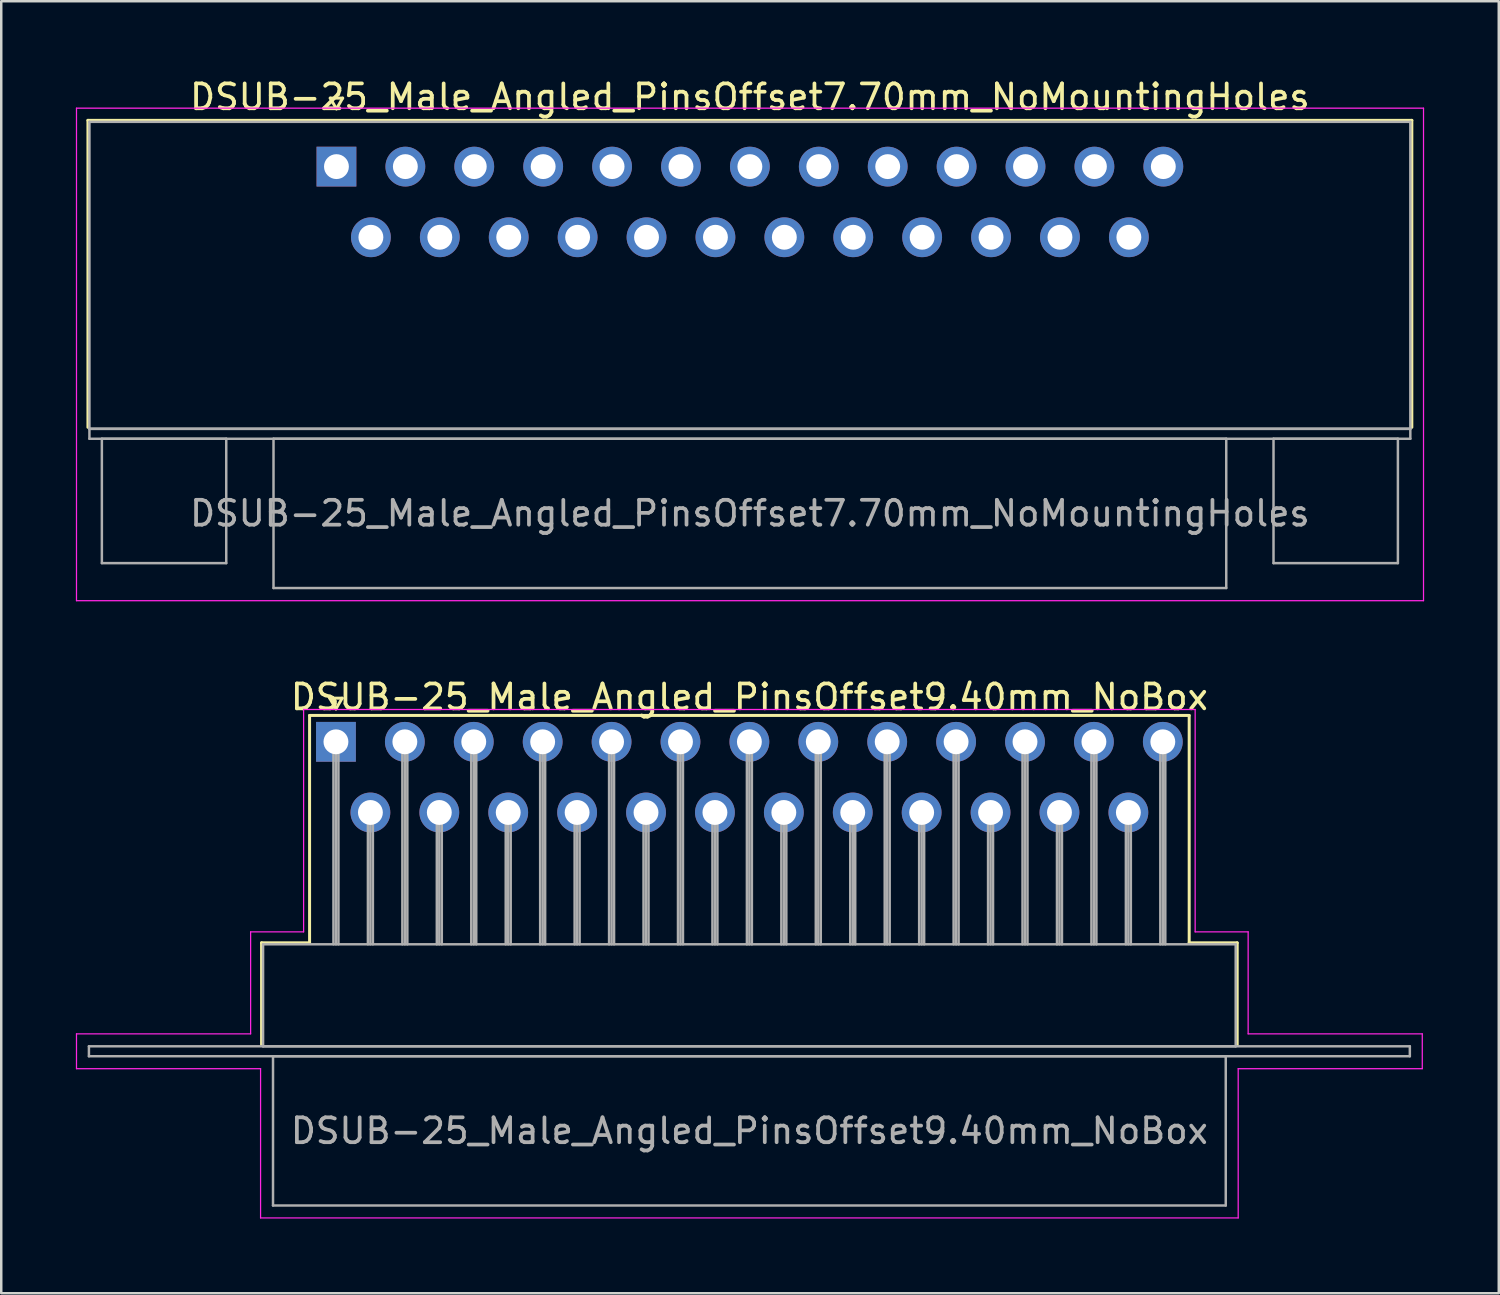
<source format=kicad_pcb>
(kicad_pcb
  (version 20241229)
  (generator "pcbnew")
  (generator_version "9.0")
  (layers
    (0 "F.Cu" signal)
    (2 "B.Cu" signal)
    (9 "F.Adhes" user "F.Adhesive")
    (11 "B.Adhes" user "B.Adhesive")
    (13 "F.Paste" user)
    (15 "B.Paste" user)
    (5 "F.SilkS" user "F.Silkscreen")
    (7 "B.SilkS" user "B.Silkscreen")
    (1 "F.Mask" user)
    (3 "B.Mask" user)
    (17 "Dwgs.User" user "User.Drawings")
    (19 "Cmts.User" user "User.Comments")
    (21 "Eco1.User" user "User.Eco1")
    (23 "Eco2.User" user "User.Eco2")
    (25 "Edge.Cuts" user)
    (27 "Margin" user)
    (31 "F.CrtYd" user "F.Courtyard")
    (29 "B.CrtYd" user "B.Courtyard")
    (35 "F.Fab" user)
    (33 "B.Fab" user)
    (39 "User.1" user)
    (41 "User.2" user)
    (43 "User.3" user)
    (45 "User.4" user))
  (footprint "DSUB-25_Male_Angled_PinsOffset7.70mm_NoMountingHoles"
    (layer "F.Cu")
    (at 10.475 3.648)
    (property "Reference" "DSUB-25_Male_Angled_PinsOffset7.70mm_NoMountingHoles" (at 16.62 -2.8 0) (layer "F.SilkS") (effects (font (size 1 1) (thickness 0.15))))
    (attr through_hole)
    (fp_line (start -9.99 -1.86) (end 43.23 -1.86) (stroke (width 0.12) (type solid)) (layer "F.SilkS"))
    (fp_line (start -9.99 10.48) (end -9.99 -1.86) (stroke (width 0.12) (type solid)) (layer "F.SilkS"))
    (fp_line (start -0.25 -2.754) (end 0.25 -2.754) (stroke (width 0.12) (type solid)) (layer "F.SilkS"))
    (fp_line (start 0 -2.321) (end -0.25 -2.754) (stroke (width 0.12) (type solid)) (layer "F.SilkS"))
    (fp_line (start 0.25 -2.754) (end 0 -2.321) (stroke (width 0.12) (type solid)) (layer "F.SilkS"))
    (fp_line (start 43.23 -1.86) (end 43.23 10.48) (stroke (width 0.12) (type solid)) (layer "F.SilkS"))
    (fp_line (start -10.45 -2.35) (end -10.45 17.45) (stroke (width 0.05) (type solid)) (layer "F.CrtYd"))
    (fp_line (start -10.45 17.45) (end 43.7 17.45) (stroke (width 0.05) (type solid)) (layer "F.CrtYd"))
    (fp_line (start 43.7 -2.35) (end -10.45 -2.35) (stroke (width 0.05) (type solid)) (layer "F.CrtYd"))
    (fp_line (start 43.7 17.45) (end 43.7 -2.35) (stroke (width 0.05) (type solid)) (layer "F.CrtYd"))
    (fp_line (start -9.93 -1.8) (end -9.93 10.54) (stroke (width 0.1) (type solid)) (layer "F.Fab"))
    (fp_line (start -9.93 10.54) (end -9.93 10.94) (stroke (width 0.1) (type solid)) (layer "F.Fab"))
    (fp_line (start -9.93 10.54) (end 43.17 10.54) (stroke (width 0.1) (type solid)) (layer "F.Fab"))
    (fp_line (start -9.93 10.94) (end 43.17 10.94) (stroke (width 0.1) (type solid)) (layer "F.Fab"))
    (fp_line (start -9.43 10.94) (end -9.43 15.94) (stroke (width 0.1) (type solid)) (layer "F.Fab"))
    (fp_line (start -9.43 15.94) (end -4.43 15.94) (stroke (width 0.1) (type solid)) (layer "F.Fab"))
    (fp_line (start -4.43 10.94) (end -9.43 10.94) (stroke (width 0.1) (type solid)) (layer "F.Fab"))
    (fp_line (start -4.43 15.94) (end -4.43 10.94) (stroke (width 0.1) (type solid)) (layer "F.Fab"))
    (fp_line (start -2.53 10.94) (end -2.53 16.94) (stroke (width 0.1) (type solid)) (layer "F.Fab"))
    (fp_line (start -2.53 16.94) (end 35.77 16.94) (stroke (width 0.1) (type solid)) (layer "F.Fab"))
    (fp_line (start 35.77 10.94) (end -2.53 10.94) (stroke (width 0.1) (type solid)) (layer "F.Fab"))
    (fp_line (start 35.77 16.94) (end 35.77 10.94) (stroke (width 0.1) (type solid)) (layer "F.Fab"))
    (fp_line (start 37.67 10.94) (end 37.67 15.94) (stroke (width 0.1) (type solid)) (layer "F.Fab"))
    (fp_line (start 37.67 15.94) (end 42.67 15.94) (stroke (width 0.1) (type solid)) (layer "F.Fab"))
    (fp_line (start 42.67 10.94) (end 37.67 10.94) (stroke (width 0.1) (type solid)) (layer "F.Fab"))
    (fp_line (start 42.67 15.94) (end 42.67 10.94) (stroke (width 0.1) (type solid)) (layer "F.Fab"))
    (fp_line (start 43.17 -1.8) (end -9.93 -1.8) (stroke (width 0.1) (type solid)) (layer "F.Fab"))
    (fp_line (start 43.17 10.54) (end -9.93 10.54) (stroke (width 0.1) (type solid)) (layer "F.Fab"))
    (fp_line (start 43.17 10.54) (end 43.17 -1.8) (stroke (width 0.1) (type solid)) (layer "F.Fab"))
    (fp_line (start 43.17 10.94) (end 43.17 10.54) (stroke (width 0.1) (type solid)) (layer "F.Fab"))
    (fp_text user "${REFERENCE}" (at 16.62 13.94 0) (layer "F.Fab") (effects (font (size 1 1) (thickness 0.15))))
    (pad "1" thru_hole rect (at 0 0) (size 1.6 1.6) (drill 1) (layers "*.Cu" "*.Mask"))
    (pad "2" thru_hole circle (at 2.77 0) (size 1.6 1.6) (drill 1) (layers "*.Cu" "*.Mask"))
    (pad "3" thru_hole circle (at 5.54 0) (size 1.6 1.6) (drill 1) (layers "*.Cu" "*.Mask"))
    (pad "4" thru_hole circle (at 8.31 0) (size 1.6 1.6) (drill 1) (layers "*.Cu" "*.Mask"))
    (pad "5" thru_hole circle (at 11.08 0) (size 1.6 1.6) (drill 1) (layers "*.Cu" "*.Mask"))
    (pad "6" thru_hole circle (at 13.85 0) (size 1.6 1.6) (drill 1) (layers "*.Cu" "*.Mask"))
    (pad "7" thru_hole circle (at 16.62 0) (size 1.6 1.6) (drill 1) (layers "*.Cu" "*.Mask"))
    (pad "8" thru_hole circle (at 19.39 0) (size 1.6 1.6) (drill 1) (layers "*.Cu" "*.Mask"))
    (pad "9" thru_hole circle (at 22.16 0) (size 1.6 1.6) (drill 1) (layers "*.Cu" "*.Mask"))
    (pad "10" thru_hole circle (at 24.93 0) (size 1.6 1.6) (drill 1) (layers "*.Cu" "*.Mask"))
    (pad "11" thru_hole circle (at 27.7 0) (size 1.6 1.6) (drill 1) (layers "*.Cu" "*.Mask"))
    (pad "12" thru_hole circle (at 30.47 0) (size 1.6 1.6) (drill 1) (layers "*.Cu" "*.Mask"))
    (pad "13" thru_hole circle (at 33.24 0) (size 1.6 1.6) (drill 1) (layers "*.Cu" "*.Mask"))
    (pad "14" thru_hole circle (at 1.385 2.84) (size 1.6 1.6) (drill 1) (layers "*.Cu" "*.Mask"))
    (pad "15" thru_hole circle (at 4.155 2.84) (size 1.6 1.6) (drill 1) (layers "*.Cu" "*.Mask"))
    (pad "16" thru_hole circle (at 6.925 2.84) (size 1.6 1.6) (drill 1) (layers "*.Cu" "*.Mask"))
    (pad "17" thru_hole circle (at 9.695 2.84) (size 1.6 1.6) (drill 1) (layers "*.Cu" "*.Mask"))
    (pad "18" thru_hole circle (at 12.465 2.84) (size 1.6 1.6) (drill 1) (layers "*.Cu" "*.Mask"))
    (pad "19" thru_hole circle (at 15.235 2.84) (size 1.6 1.6) (drill 1) (layers "*.Cu" "*.Mask"))
    (pad "20" thru_hole circle (at 18.005 2.84) (size 1.6 1.6) (drill 1) (layers "*.Cu" "*.Mask"))
    (pad "21" thru_hole circle (at 20.775 2.84) (size 1.6 1.6) (drill 1) (layers "*.Cu" "*.Mask"))
    (pad "22" thru_hole circle (at 23.545 2.84) (size 1.6 1.6) (drill 1) (layers "*.Cu" "*.Mask"))
    (pad "23" thru_hole circle (at 26.315 2.84) (size 1.6 1.6) (drill 1) (layers "*.Cu" "*.Mask"))
    (pad "24" thru_hole circle (at 29.085 2.84) (size 1.6 1.6) (drill 1) (layers "*.Cu" "*.Mask"))
    (pad "25" thru_hole circle (at 31.855 2.84) (size 1.6 1.6) (drill 1) (layers "*.Cu" "*.Mask")))
  (footprint "DSUB-25_Male_Angled_PinsOffset9.40mm_NoBox"
    (layer "F.Cu")
    (at 10.455 26.771)
    (property "Reference" "DSUB-25_Male_Angled_PinsOffset9.40mm_NoBox" (at 16.62 -1.8 0) (layer "F.SilkS") (effects (font (size 1 1) (thickness 0.15))))
    (attr through_hole)
    (fp_line (start -2.99 8.08) (end -1.06 8.08) (stroke (width 0.12) (type solid)) (layer "F.SilkS"))
    (fp_line (start -2.99 12.18) (end -2.99 8.08) (stroke (width 0.12) (type solid)) (layer "F.SilkS"))
    (fp_line (start -1.06 -1.06) (end 34.3 -1.06) (stroke (width 0.12) (type solid)) (layer "F.SilkS"))
    (fp_line (start -1.06 8.08) (end -1.06 -1.06) (stroke (width 0.12) (type solid)) (layer "F.SilkS"))
    (fp_line (start -0.25 -1.754) (end 0.25 -1.754) (stroke (width 0.12) (type solid)) (layer "F.SilkS"))
    (fp_line (start 0 -1.321) (end -0.25 -1.754) (stroke (width 0.12) (type solid)) (layer "F.SilkS"))
    (fp_line (start 0.25 -1.754) (end 0 -1.321) (stroke (width 0.12) (type solid)) (layer "F.SilkS"))
    (fp_line (start 34.3 -1.06) (end 34.3 8.08) (stroke (width 0.12) (type solid)) (layer "F.SilkS"))
    (fp_line (start 34.3 8.08) (end 36.23 8.08) (stroke (width 0.12) (type solid)) (layer "F.SilkS"))
    (fp_line (start 36.23 8.08) (end 36.23 12.18) (stroke (width 0.12) (type solid)) (layer "F.SilkS"))
    (fp_line (start -10.43 11.74) (end -3.43 11.74) (stroke (width 0.05) (type solid)) (layer "F.CrtYd"))
    (fp_line (start -10.43 13.14) (end -10.43 11.74) (stroke (width 0.05) (type solid)) (layer "F.CrtYd"))
    (fp_line (start -3.43 7.64) (end -1.3 7.64) (stroke (width 0.05) (type solid)) (layer "F.CrtYd"))
    (fp_line (start -3.43 11.74) (end -3.43 7.64) (stroke (width 0.05) (type solid)) (layer "F.CrtYd"))
    (fp_line (start -3.03 13.14) (end -10.43 13.14) (stroke (width 0.05) (type solid)) (layer "F.CrtYd"))
    (fp_line (start -3.03 19.14) (end -3.03 13.14) (stroke (width 0.05) (type solid)) (layer "F.CrtYd"))
    (fp_line (start -1.3 -1.3) (end 34.54 -1.3) (stroke (width 0.05) (type solid)) (layer "F.CrtYd"))
    (fp_line (start -1.3 7.64) (end -1.3 -1.3) (stroke (width 0.05) (type solid)) (layer "F.CrtYd"))
    (fp_line (start 34.54 -1.3) (end 34.54 7.64) (stroke (width 0.05) (type solid)) (layer "F.CrtYd"))
    (fp_line (start 34.54 7.64) (end 36.67 7.64) (stroke (width 0.05) (type solid)) (layer "F.CrtYd"))
    (fp_line (start 36.27 13.14) (end 36.27 19.14) (stroke (width 0.05) (type solid)) (layer "F.CrtYd"))
    (fp_line (start 36.27 19.14) (end -3.03 19.14) (stroke (width 0.05) (type solid)) (layer "F.CrtYd"))
    (fp_line (start 36.67 7.64) (end 36.67 11.74) (stroke (width 0.05) (type solid)) (layer "F.CrtYd"))
    (fp_line (start 36.67 11.74) (end 43.67 11.74) (stroke (width 0.05) (type solid)) (layer "F.CrtYd"))
    (fp_line (start 43.67 11.74) (end 43.67 13.14) (stroke (width 0.05) (type solid)) (layer "F.CrtYd"))
    (fp_line (start 43.67 13.14) (end 36.27 13.14) (stroke (width 0.05) (type solid)) (layer "F.CrtYd"))
    (fp_line (start -9.93 12.24) (end -9.93 12.64) (stroke (width 0.1) (type solid)) (layer "F.Fab"))
    (fp_line (start -9.93 12.64) (end 43.17 12.64) (stroke (width 0.1) (type solid)) (layer "F.Fab"))
    (fp_line (start -2.93 8.14) (end -2.93 12.24) (stroke (width 0.1) (type solid)) (layer "F.Fab"))
    (fp_line (start -2.93 12.24) (end 36.17 12.24) (stroke (width 0.1) (type solid)) (layer "F.Fab"))
    (fp_line (start -2.53 12.64) (end -2.53 18.64) (stroke (width 0.1) (type solid)) (layer "F.Fab"))
    (fp_line (start -2.53 18.64) (end 35.77 18.64) (stroke (width 0.1) (type solid)) (layer "F.Fab"))
    (fp_line (start -0.1 0) (end -0.1 8.14) (stroke (width 0.1) (type solid)) (layer "F.Fab"))
    (fp_line (start 0 0) (end 0 8.14) (stroke (width 0.1) (type solid)) (layer "F.Fab"))
    (fp_line (start 0.1 0) (end 0.1 8.14) (stroke (width 0.1) (type solid)) (layer "F.Fab"))
    (fp_line (start 1.285 2.84) (end 1.285 8.14) (stroke (width 0.1) (type solid)) (layer "F.Fab"))
    (fp_line (start 1.385 2.84) (end 1.385 8.14) (stroke (width 0.1) (type solid)) (layer "F.Fab"))
    (fp_line (start 1.485 2.84) (end 1.485 8.14) (stroke (width 0.1) (type solid)) (layer "F.Fab"))
    (fp_line (start 2.67 0) (end 2.67 8.14) (stroke (width 0.1) (type solid)) (layer "F.Fab"))
    (fp_line (start 2.77 0) (end 2.77 8.14) (stroke (width 0.1) (type solid)) (layer "F.Fab"))
    (fp_line (start 2.87 0) (end 2.87 8.14) (stroke (width 0.1) (type solid)) (layer "F.Fab"))
    (fp_line (start 4.055 2.84) (end 4.055 8.14) (stroke (width 0.1) (type solid)) (layer "F.Fab"))
    (fp_line (start 4.155 2.84) (end 4.155 8.14) (stroke (width 0.1) (type solid)) (layer "F.Fab"))
    (fp_line (start 4.255 2.84) (end 4.255 8.14) (stroke (width 0.1) (type solid)) (layer "F.Fab"))
    (fp_line (start 5.44 0) (end 5.44 8.14) (stroke (width 0.1) (type solid)) (layer "F.Fab"))
    (fp_line (start 5.54 0) (end 5.54 8.14) (stroke (width 0.1) (type solid)) (layer "F.Fab"))
    (fp_line (start 5.64 0) (end 5.64 8.14) (stroke (width 0.1) (type solid)) (layer "F.Fab"))
    (fp_line (start 6.825 2.84) (end 6.825 8.14) (stroke (width 0.1) (type solid)) (layer "F.Fab"))
    (fp_line (start 6.925 2.84) (end 6.925 8.14) (stroke (width 0.1) (type solid)) (layer "F.Fab"))
    (fp_line (start 7.025 2.84) (end 7.025 8.14) (stroke (width 0.1) (type solid)) (layer "F.Fab"))
    (fp_line (start 8.21 0) (end 8.21 8.14) (stroke (width 0.1) (type solid)) (layer "F.Fab"))
    (fp_line (start 8.31 0) (end 8.31 8.14) (stroke (width 0.1) (type solid)) (layer "F.Fab"))
    (fp_line (start 8.41 0) (end 8.41 8.14) (stroke (width 0.1) (type solid)) (layer "F.Fab"))
    (fp_line (start 9.595 2.84) (end 9.595 8.14) (stroke (width 0.1) (type solid)) (layer "F.Fab"))
    (fp_line (start 9.695 2.84) (end 9.695 8.14) (stroke (width 0.1) (type solid)) (layer "F.Fab"))
    (fp_line (start 9.795 2.84) (end 9.795 8.14) (stroke (width 0.1) (type solid)) (layer "F.Fab"))
    (fp_line (start 10.98 0) (end 10.98 8.14) (stroke (width 0.1) (type solid)) (layer "F.Fab"))
    (fp_line (start 11.08 0) (end 11.08 8.14) (stroke (width 0.1) (type solid)) (layer "F.Fab"))
    (fp_line (start 11.18 0) (end 11.18 8.14) (stroke (width 0.1) (type solid)) (layer "F.Fab"))
    (fp_line (start 12.365 2.84) (end 12.365 8.14) (stroke (width 0.1) (type solid)) (layer "F.Fab"))
    (fp_line (start 12.465 2.84) (end 12.465 8.14) (stroke (width 0.1) (type solid)) (layer "F.Fab"))
    (fp_line (start 12.565 2.84) (end 12.565 8.14) (stroke (width 0.1) (type solid)) (layer "F.Fab"))
    (fp_line (start 13.75 0) (end 13.75 8.14) (stroke (width 0.1) (type solid)) (layer "F.Fab"))
    (fp_line (start 13.85 0) (end 13.85 8.14) (stroke (width 0.1) (type solid)) (layer "F.Fab"))
    (fp_line (start 13.95 0) (end 13.95 8.14) (stroke (width 0.1) (type solid)) (layer "F.Fab"))
    (fp_line (start 15.135 2.84) (end 15.135 8.14) (stroke (width 0.1) (type solid)) (layer "F.Fab"))
    (fp_line (start 15.235 2.84) (end 15.235 8.14) (stroke (width 0.1) (type solid)) (layer "F.Fab"))
    (fp_line (start 15.335 2.84) (end 15.335 8.14) (stroke (width 0.1) (type solid)) (layer "F.Fab"))
    (fp_line (start 16.52 0) (end 16.52 8.14) (stroke (width 0.1) (type solid)) (layer "F.Fab"))
    (fp_line (start 16.62 0) (end 16.62 8.14) (stroke (width 0.1) (type solid)) (layer "F.Fab"))
    (fp_line (start 16.72 0) (end 16.72 8.14) (stroke (width 0.1) (type solid)) (layer "F.Fab"))
    (fp_line (start 17.905 2.84) (end 17.905 8.14) (stroke (width 0.1) (type solid)) (layer "F.Fab"))
    (fp_line (start 18.005 2.84) (end 18.005 8.14) (stroke (width 0.1) (type solid)) (layer "F.Fab"))
    (fp_line (start 18.105 2.84) (end 18.105 8.14) (stroke (width 0.1) (type solid)) (layer "F.Fab"))
    (fp_line (start 19.29 0) (end 19.29 8.14) (stroke (width 0.1) (type solid)) (layer "F.Fab"))
    (fp_line (start 19.39 0) (end 19.39 8.14) (stroke (width 0.1) (type solid)) (layer "F.Fab"))
    (fp_line (start 19.49 0) (end 19.49 8.14) (stroke (width 0.1) (type solid)) (layer "F.Fab"))
    (fp_line (start 20.675 2.84) (end 20.675 8.14) (stroke (width 0.1) (type solid)) (layer "F.Fab"))
    (fp_line (start 20.775 2.84) (end 20.775 8.14) (stroke (width 0.1) (type solid)) (layer "F.Fab"))
    (fp_line (start 20.875 2.84) (end 20.875 8.14) (stroke (width 0.1) (type solid)) (layer "F.Fab"))
    (fp_line (start 22.06 0) (end 22.06 8.14) (stroke (width 0.1) (type solid)) (layer "F.Fab"))
    (fp_line (start 22.16 0) (end 22.16 8.14) (stroke (width 0.1) (type solid)) (layer "F.Fab"))
    (fp_line (start 22.26 0) (end 22.26 8.14) (stroke (width 0.1) (type solid)) (layer "F.Fab"))
    (fp_line (start 23.445 2.84) (end 23.445 8.14) (stroke (width 0.1) (type solid)) (layer "F.Fab"))
    (fp_line (start 23.545 2.84) (end 23.545 8.14) (stroke (width 0.1) (type solid)) (layer "F.Fab"))
    (fp_line (start 23.645 2.84) (end 23.645 8.14) (stroke (width 0.1) (type solid)) (layer "F.Fab"))
    (fp_line (start 24.83 0) (end 24.83 8.14) (stroke (width 0.1) (type solid)) (layer "F.Fab"))
    (fp_line (start 24.93 0) (end 24.93 8.14) (stroke (width 0.1) (type solid)) (layer "F.Fab"))
    (fp_line (start 25.03 0) (end 25.03 8.14) (stroke (width 0.1) (type solid)) (layer "F.Fab"))
    (fp_line (start 26.215 2.84) (end 26.215 8.14) (stroke (width 0.1) (type solid)) (layer "F.Fab"))
    (fp_line (start 26.315 2.84) (end 26.315 8.14) (stroke (width 0.1) (type solid)) (layer "F.Fab"))
    (fp_line (start 26.415 2.84) (end 26.415 8.14) (stroke (width 0.1) (type solid)) (layer "F.Fab"))
    (fp_line (start 27.6 0) (end 27.6 8.14) (stroke (width 0.1) (type solid)) (layer "F.Fab"))
    (fp_line (start 27.7 0) (end 27.7 8.14) (stroke (width 0.1) (type solid)) (layer "F.Fab"))
    (fp_line (start 27.8 0) (end 27.8 8.14) (stroke (width 0.1) (type solid)) (layer "F.Fab"))
    (fp_line (start 28.985 2.84) (end 28.985 8.14) (stroke (width 0.1) (type solid)) (layer "F.Fab"))
    (fp_line (start 29.085 2.84) (end 29.085 8.14) (stroke (width 0.1) (type solid)) (layer "F.Fab"))
    (fp_line (start 29.185 2.84) (end 29.185 8.14) (stroke (width 0.1) (type solid)) (layer "F.Fab"))
    (fp_line (start 30.37 0) (end 30.37 8.14) (stroke (width 0.1) (type solid)) (layer "F.Fab"))
    (fp_line (start 30.47 0) (end 30.47 8.14) (stroke (width 0.1) (type solid)) (layer "F.Fab"))
    (fp_line (start 30.57 0) (end 30.57 8.14) (stroke (width 0.1) (type solid)) (layer "F.Fab"))
    (fp_line (start 31.755 2.84) (end 31.755 8.14) (stroke (width 0.1) (type solid)) (layer "F.Fab"))
    (fp_line (start 31.855 2.84) (end 31.855 8.14) (stroke (width 0.1) (type solid)) (layer "F.Fab"))
    (fp_line (start 31.955 2.84) (end 31.955 8.14) (stroke (width 0.1) (type solid)) (layer "F.Fab"))
    (fp_line (start 33.14 0) (end 33.14 8.14) (stroke (width 0.1) (type solid)) (layer "F.Fab"))
    (fp_line (start 33.24 0) (end 33.24 8.14) (stroke (width 0.1) (type solid)) (layer "F.Fab"))
    (fp_line (start 33.34 0) (end 33.34 8.14) (stroke (width 0.1) (type solid)) (layer "F.Fab"))
    (fp_line (start 35.77 12.64) (end -2.53 12.64) (stroke (width 0.1) (type solid)) (layer "F.Fab"))
    (fp_line (start 35.77 18.64) (end 35.77 12.64) (stroke (width 0.1) (type solid)) (layer "F.Fab"))
    (fp_line (start 36.17 8.14) (end -2.93 8.14) (stroke (width 0.1) (type solid)) (layer "F.Fab"))
    (fp_line (start 36.17 12.24) (end 36.17 8.14) (stroke (width 0.1) (type solid)) (layer "F.Fab"))
    (fp_line (start 43.17 12.24) (end -9.93 12.24) (stroke (width 0.1) (type solid)) (layer "F.Fab"))
    (fp_line (start 43.17 12.64) (end 43.17 12.24) (stroke (width 0.1) (type solid)) (layer "F.Fab"))
    (fp_text user "${REFERENCE}" (at 16.62 15.64 0) (layer "F.Fab") (effects (font (size 1 1) (thickness 0.15))))
    (pad "1" thru_hole rect (at 0 0) (size 1.6 1.6) (drill 1) (layers "*.Cu" "*.Mask"))
    (pad "2" thru_hole circle (at 2.77 0) (size 1.6 1.6) (drill 1) (layers "*.Cu" "*.Mask"))
    (pad "3" thru_hole circle (at 5.54 0) (size 1.6 1.6) (drill 1) (layers "*.Cu" "*.Mask"))
    (pad "4" thru_hole circle (at 8.31 0) (size 1.6 1.6) (drill 1) (layers "*.Cu" "*.Mask"))
    (pad "5" thru_hole circle (at 11.08 0) (size 1.6 1.6) (drill 1) (layers "*.Cu" "*.Mask"))
    (pad "6" thru_hole circle (at 13.85 0) (size 1.6 1.6) (drill 1) (layers "*.Cu" "*.Mask"))
    (pad "7" thru_hole circle (at 16.62 0) (size 1.6 1.6) (drill 1) (layers "*.Cu" "*.Mask"))
    (pad "8" thru_hole circle (at 19.39 0) (size 1.6 1.6) (drill 1) (layers "*.Cu" "*.Mask"))
    (pad "9" thru_hole circle (at 22.16 0) (size 1.6 1.6) (drill 1) (layers "*.Cu" "*.Mask"))
    (pad "10" thru_hole circle (at 24.93 0) (size 1.6 1.6) (drill 1) (layers "*.Cu" "*.Mask"))
    (pad "11" thru_hole circle (at 27.7 0) (size 1.6 1.6) (drill 1) (layers "*.Cu" "*.Mask"))
    (pad "12" thru_hole circle (at 30.47 0) (size 1.6 1.6) (drill 1) (layers "*.Cu" "*.Mask"))
    (pad "13" thru_hole circle (at 33.24 0) (size 1.6 1.6) (drill 1) (layers "*.Cu" "*.Mask"))
    (pad "14" thru_hole circle (at 1.385 2.84) (size 1.6 1.6) (drill 1) (layers "*.Cu" "*.Mask"))
    (pad "15" thru_hole circle (at 4.155 2.84) (size 1.6 1.6) (drill 1) (layers "*.Cu" "*.Mask"))
    (pad "16" thru_hole circle (at 6.925 2.84) (size 1.6 1.6) (drill 1) (layers "*.Cu" "*.Mask"))
    (pad "17" thru_hole circle (at 9.695 2.84) (size 1.6 1.6) (drill 1) (layers "*.Cu" "*.Mask"))
    (pad "18" thru_hole circle (at 12.465 2.84) (size 1.6 1.6) (drill 1) (layers "*.Cu" "*.Mask"))
    (pad "19" thru_hole circle (at 15.235 2.84) (size 1.6 1.6) (drill 1) (layers "*.Cu" "*.Mask"))
    (pad "20" thru_hole circle (at 18.005 2.84) (size 1.6 1.6) (drill 1) (layers "*.Cu" "*.Mask"))
    (pad "21" thru_hole circle (at 20.775 2.84) (size 1.6 1.6) (drill 1) (layers "*.Cu" "*.Mask"))
    (pad "22" thru_hole circle (at 23.545 2.84) (size 1.6 1.6) (drill 1) (layers "*.Cu" "*.Mask"))
    (pad "23" thru_hole circle (at 26.315 2.84) (size 1.6 1.6) (drill 1) (layers "*.Cu" "*.Mask"))
    (pad "24" thru_hole circle (at 29.085 2.84) (size 1.6 1.6) (drill 1) (layers "*.Cu" "*.Mask"))
    (pad "25" thru_hole circle (at 31.855 2.84) (size 1.6 1.6) (drill 1) (layers "*.Cu" "*.Mask")))
  (gr_rect
    (start -3 -3)
    (end 57.2 48.937)
    (stroke (width 0.1) (type default))
    (fill no)
    (layer "Edge.Cuts")))
</source>
